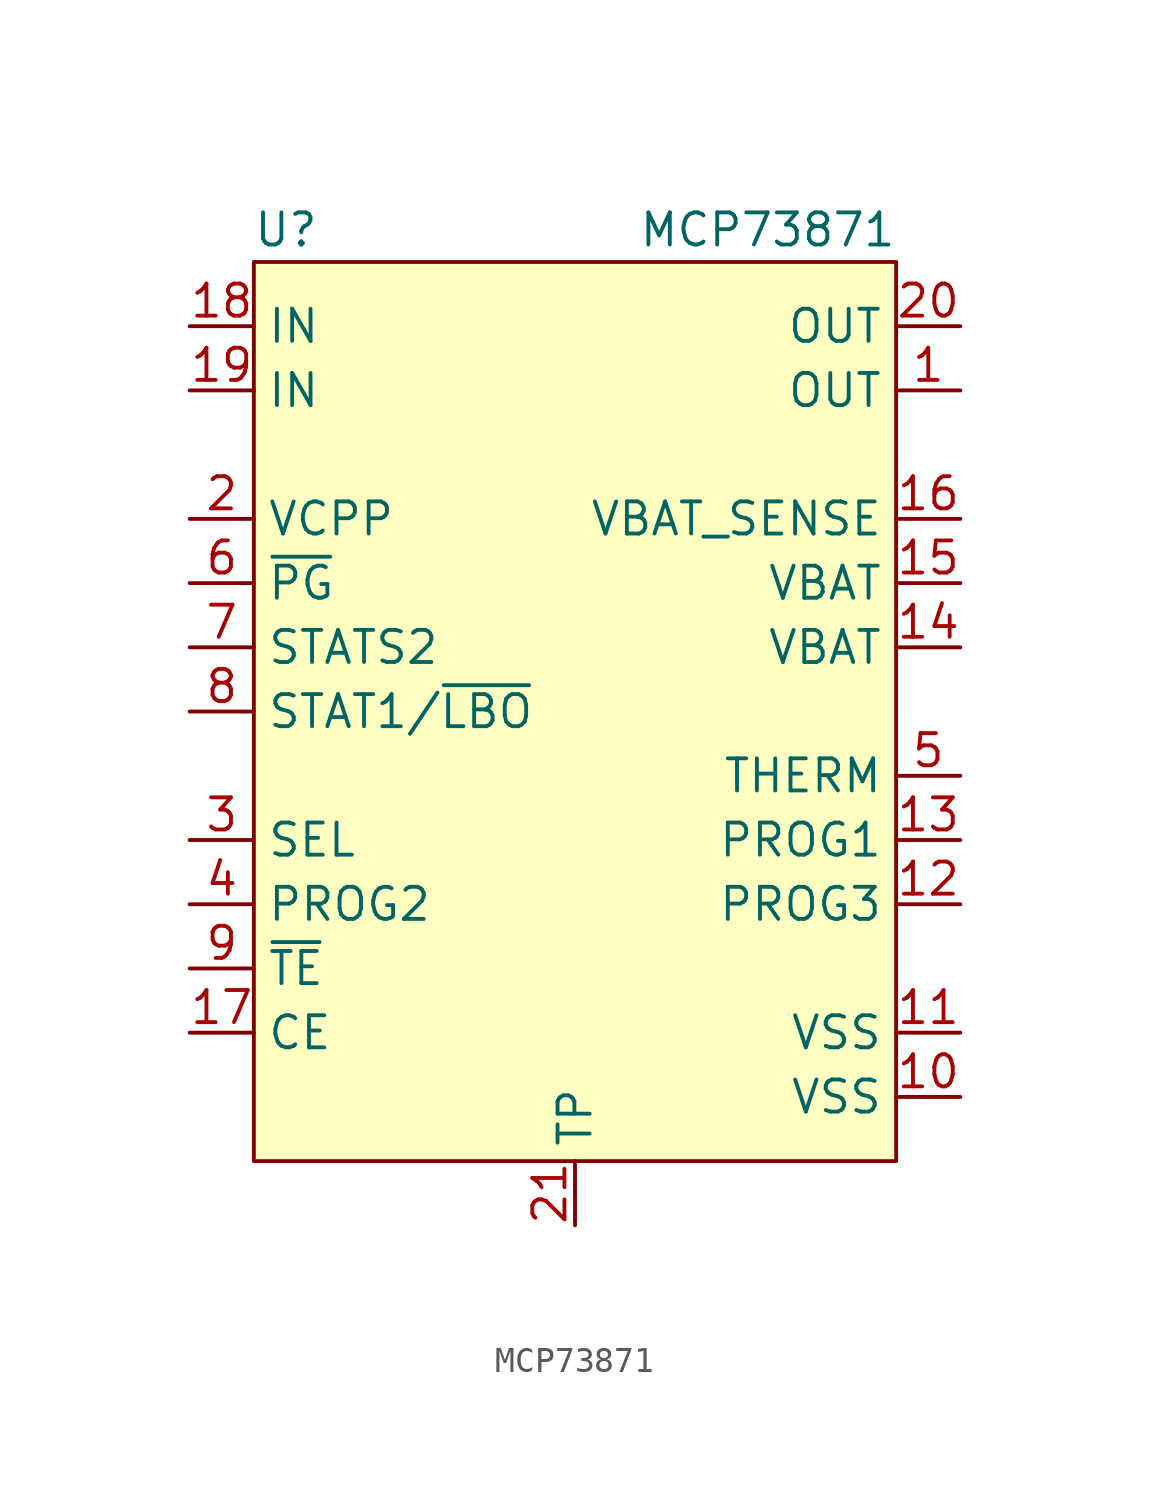
<source format=kicad_sym>
(kicad_symbol_lib
  (version 20211014)
  (generator kicad_symbol_editor)
  (symbol "MCP73871"
    (property "Reference" "U"
      (at -11.43 19.05 0)
      (effects (font (size 1.27 1.27))))
    (property "Value" "MCP73871"
      (at 7.62 19.05 0)
      (effects (font (size 1.27 1.27))))
    (symbol "MCP73871_0_1"
      (rectangle (start -12.7 17.78) (end 12.7 -17.78) (stroke (width 0) (type default) (color 0 0 0 0)) (fill (type background))))
    (symbol "MCP73871_1_1"
      (pin passive line (at 15.24 12.7 180) (length 2.54) (name "OUT" (effects (font (size 1.27 1.27)))) (number "1" (effects (font (size 1.27 1.27)))))
      (pin passive line (at 15.24 -15.24 180) (length 2.54) (name "VSS" (effects (font (size 1.27 1.27)))) (number "10" (effects (font (size 1.27 1.27)))))
      (pin passive line (at 15.24 -12.7 180) (length 2.54) (name "VSS" (effects (font (size 1.27 1.27)))) (number "11" (effects (font (size 1.27 1.27)))))
      (pin passive line (at 15.24 -7.62 180) (length 2.54) (name "PROG3" (effects (font (size 1.27 1.27)))) (number "12" (effects (font (size 1.27 1.27)))))
      (pin passive line (at 15.24 -5.08 180) (length 2.54) (name "PROG1" (effects (font (size 1.27 1.27)))) (number "13" (effects (font (size 1.27 1.27)))))
      (pin passive line (at 15.24 2.54 180) (length 2.54) (name "VBAT" (effects (font (size 1.27 1.27)))) (number "14" (effects (font (size 1.27 1.27)))))
      (pin passive line (at 15.24 5.08 180) (length 2.54) (name "VBAT" (effects (font (size 1.27 1.27)))) (number "15" (effects (font (size 1.27 1.27)))))
      (pin passive line (at 15.24 7.62 180) (length 2.54) (name "VBAT_SENSE" (effects (font (size 1.27 1.27)))) (number "16" (effects (font (size 1.27 1.27)))))
      (pin passive line (at -15.24 -12.7 0) (length 2.54) (name "CE" (effects (font (size 1.27 1.27)))) (number "17" (effects (font (size 1.27 1.27)))))
      (pin passive line (at -15.24 15.24 0) (length 2.54) (name "IN" (effects (font (size 1.27 1.27)))) (number "18" (effects (font (size 1.27 1.27)))))
      (pin passive line (at -15.24 12.7 0) (length 2.54) (name "IN" (effects (font (size 1.27 1.27)))) (number "19" (effects (font (size 1.27 1.27)))))
      (pin passive line (at -15.24 7.62 0) (length 2.54) (name "VCPP" (effects (font (size 1.27 1.27)))) (number "2" (effects (font (size 1.27 1.27)))))
      (pin passive line (at 15.24 15.24 180) (length 2.54) (name "OUT" (effects (font (size 1.27 1.27)))) (number "20" (effects (font (size 1.27 1.27)))))
      (pin passive line (at 0 -20.32 90) (length 2.54) (name "TP" (effects (font (size 1.27 1.27)))) (number "21" (effects (font (size 1.27 1.27)))))
      (pin passive line (at -15.24 -5.08 0) (length 2.54) (name "SEL" (effects (font (size 1.27 1.27)))) (number "3" (effects (font (size 1.27 1.27)))))
      (pin passive line (at -15.24 -7.62 0) (length 2.54) (name "PROG2" (effects (font (size 1.27 1.27)))) (number "4" (effects (font (size 1.27 1.27)))))
      (pin passive line (at 15.24 -2.54 180) (length 2.54) (name "THERM" (effects (font (size 1.27 1.27)))) (number "5" (effects (font (size 1.27 1.27)))))
      (pin passive line (at -15.24 5.08 0) (length 2.54) (name "~{PG}" (effects (font (size 1.27 1.27)))) (number "6" (effects (font (size 1.27 1.27)))))
      (pin passive line (at -15.24 2.54 0) (length 2.54) (name "STATS2" (effects (font (size 1.27 1.27)))) (number "7" (effects (font (size 1.27 1.27)))))
      (pin passive line (at -15.24 0 0) (length 2.54) (name "STAT1/~{LBO}" (effects (font (size 1.27 1.27)))) (number "8" (effects (font (size 1.27 1.27)))))
      (pin passive line (at -15.24 -10.16 0) (length 2.54) (name "~{TE}" (effects (font (size 1.27 1.27)))) (number "9" (effects (font (size 1.27 1.27))))))))
</source>
